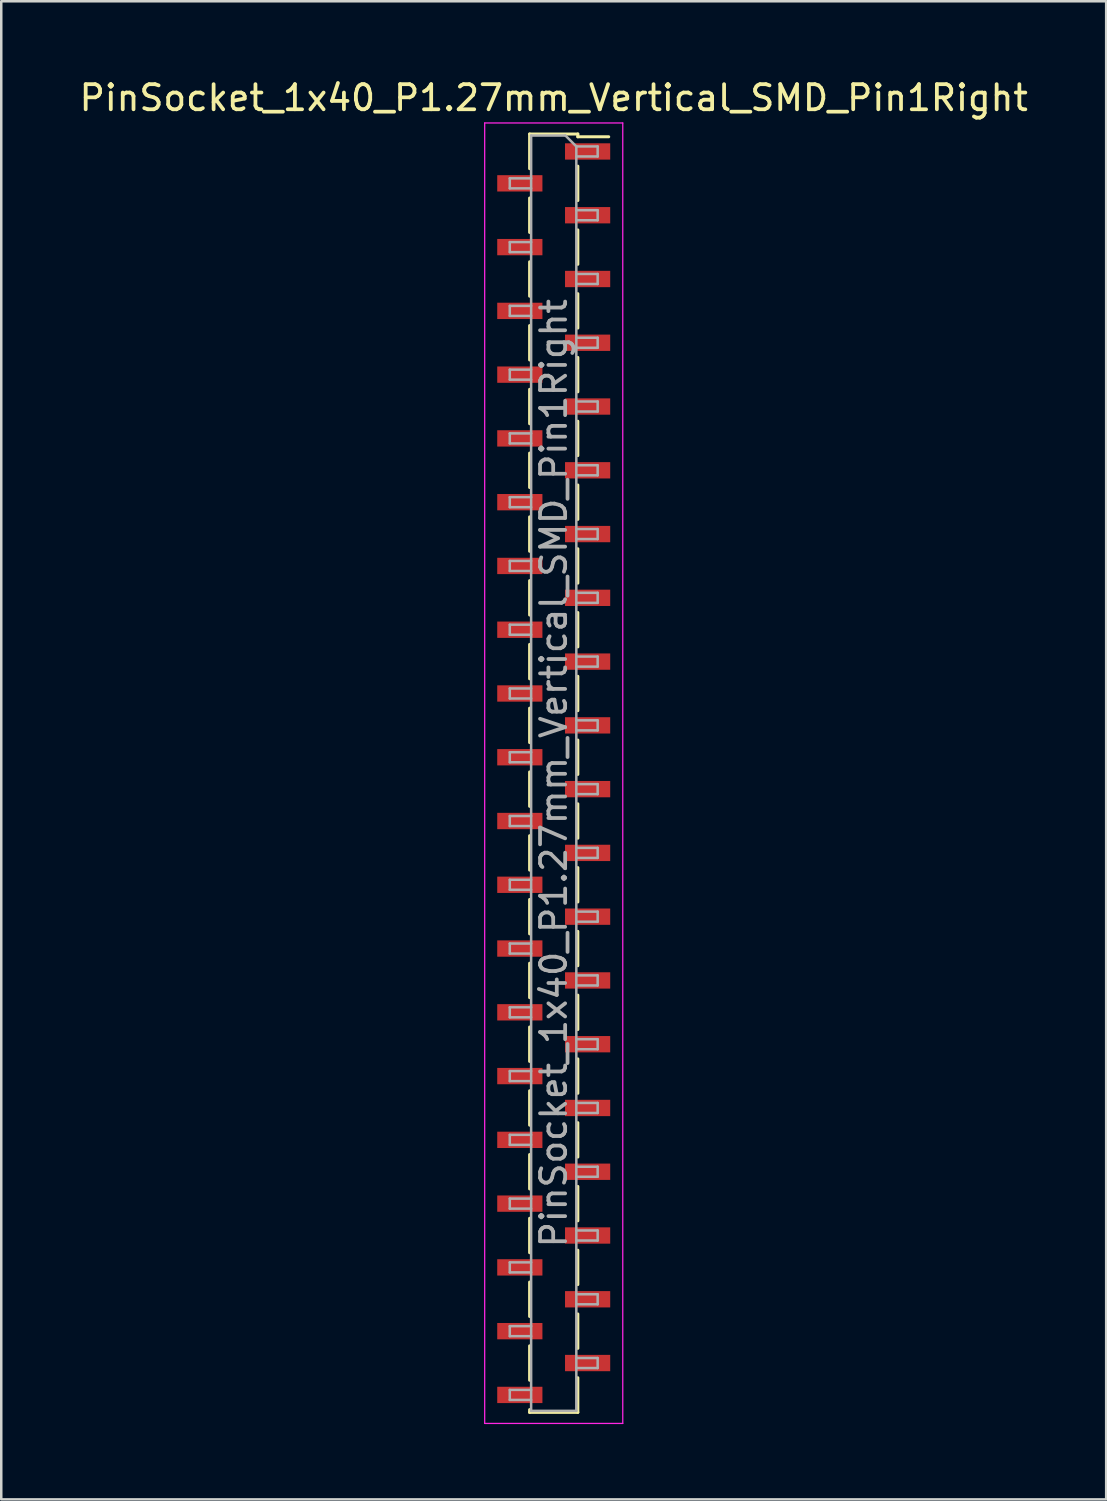
<source format=kicad_pcb>
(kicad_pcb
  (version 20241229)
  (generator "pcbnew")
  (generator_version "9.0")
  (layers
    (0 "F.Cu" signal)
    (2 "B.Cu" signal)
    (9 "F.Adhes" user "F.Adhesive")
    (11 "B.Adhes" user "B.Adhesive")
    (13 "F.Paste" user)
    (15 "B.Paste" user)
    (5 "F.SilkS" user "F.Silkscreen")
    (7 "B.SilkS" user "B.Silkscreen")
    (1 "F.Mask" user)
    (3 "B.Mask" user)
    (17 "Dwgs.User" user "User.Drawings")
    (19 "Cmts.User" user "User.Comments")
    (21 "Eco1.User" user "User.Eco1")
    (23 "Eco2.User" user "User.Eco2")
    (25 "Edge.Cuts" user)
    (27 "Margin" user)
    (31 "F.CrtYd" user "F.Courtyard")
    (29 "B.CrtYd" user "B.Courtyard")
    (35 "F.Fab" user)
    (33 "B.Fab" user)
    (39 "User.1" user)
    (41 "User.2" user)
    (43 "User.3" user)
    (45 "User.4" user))
  (footprint "PinSocket_1x40_P1.27mm_Vertical_SMD_Pin1Right"
    (layer "F.Cu")
    (at 19.006 27.748)
    (property "Reference" "PinSocket_1x40_P1.27mm_Vertical_SMD_Pin1Right" (at 0 -26.9 0) (layer "F.SilkS") (effects (font (size 1 1) (thickness 0.15))))
    (attr smd)
    (fp_line (start -0.96 -25.46) (end -0.96 -24.08) (stroke (width 0.12) (type solid)) (layer "F.SilkS"))
    (fp_line (start -0.96 -25.46) (end 0.96 -25.46) (stroke (width 0.12) (type solid)) (layer "F.SilkS"))
    (fp_line (start -0.96 -22.91) (end -0.96 -21.54) (stroke (width 0.12) (type solid)) (layer "F.SilkS"))
    (fp_line (start -0.96 -20.37) (end -0.96 -19) (stroke (width 0.12) (type solid)) (layer "F.SilkS"))
    (fp_line (start -0.96 -17.83) (end -0.96 -16.46) (stroke (width 0.12) (type solid)) (layer "F.SilkS"))
    (fp_line (start -0.96 -15.29) (end -0.96 -13.92) (stroke (width 0.12) (type solid)) (layer "F.SilkS"))
    (fp_line (start -0.96 -12.75) (end -0.96 -11.38) (stroke (width 0.12) (type solid)) (layer "F.SilkS"))
    (fp_line (start -0.96 -10.21) (end -0.96 -8.84) (stroke (width 0.12) (type solid)) (layer "F.SilkS"))
    (fp_line (start -0.96 -7.67) (end -0.96 -6.3) (stroke (width 0.12) (type solid)) (layer "F.SilkS"))
    (fp_line (start -0.96 -5.13) (end -0.96 -3.76) (stroke (width 0.12) (type solid)) (layer "F.SilkS"))
    (fp_line (start -0.96 -2.59) (end -0.96 -1.22) (stroke (width 0.12) (type solid)) (layer "F.SilkS"))
    (fp_line (start -0.96 -0.05) (end -0.96 1.32) (stroke (width 0.12) (type solid)) (layer "F.SilkS"))
    (fp_line (start -0.96 2.49) (end -0.96 3.86) (stroke (width 0.12) (type solid)) (layer "F.SilkS"))
    (fp_line (start -0.96 5.03) (end -0.96 6.4) (stroke (width 0.12) (type solid)) (layer "F.SilkS"))
    (fp_line (start -0.96 7.57) (end -0.96 8.94) (stroke (width 0.12) (type solid)) (layer "F.SilkS"))
    (fp_line (start -0.96 10.11) (end -0.96 11.48) (stroke (width 0.12) (type solid)) (layer "F.SilkS"))
    (fp_line (start -0.96 12.65) (end -0.96 14.02) (stroke (width 0.12) (type solid)) (layer "F.SilkS"))
    (fp_line (start -0.96 15.19) (end -0.96 16.56) (stroke (width 0.12) (type solid)) (layer "F.SilkS"))
    (fp_line (start -0.96 17.73) (end -0.96 19.1) (stroke (width 0.12) (type solid)) (layer "F.SilkS"))
    (fp_line (start -0.96 20.27) (end -0.96 21.64) (stroke (width 0.12) (type solid)) (layer "F.SilkS"))
    (fp_line (start -0.96 22.81) (end -0.96 24.18) (stroke (width 0.12) (type solid)) (layer "F.SilkS"))
    (fp_line (start -0.96 25.35) (end -0.96 25.46) (stroke (width 0.12) (type solid)) (layer "F.SilkS"))
    (fp_line (start -0.96 25.46) (end 0.96 25.46) (stroke (width 0.12) (type solid)) (layer "F.SilkS"))
    (fp_line (start 0.96 -25.46) (end 0.96 -25.35) (stroke (width 0.12) (type solid)) (layer "F.SilkS"))
    (fp_line (start 0.96 -25.35) (end 2.19 -25.35) (stroke (width 0.12) (type solid)) (layer "F.SilkS"))
    (fp_line (start 0.96 -24.18) (end 0.96 -22.81) (stroke (width 0.12) (type solid)) (layer "F.SilkS"))
    (fp_line (start 0.96 -21.64) (end 0.96 -20.27) (stroke (width 0.12) (type solid)) (layer "F.SilkS"))
    (fp_line (start 0.96 -19.1) (end 0.96 -17.73) (stroke (width 0.12) (type solid)) (layer "F.SilkS"))
    (fp_line (start 0.96 -16.56) (end 0.96 -15.19) (stroke (width 0.12) (type solid)) (layer "F.SilkS"))
    (fp_line (start 0.96 -14.02) (end 0.96 -12.65) (stroke (width 0.12) (type solid)) (layer "F.SilkS"))
    (fp_line (start 0.96 -11.48) (end 0.96 -10.11) (stroke (width 0.12) (type solid)) (layer "F.SilkS"))
    (fp_line (start 0.96 -8.94) (end 0.96 -7.57) (stroke (width 0.12) (type solid)) (layer "F.SilkS"))
    (fp_line (start 0.96 -6.4) (end 0.96 -5.03) (stroke (width 0.12) (type solid)) (layer "F.SilkS"))
    (fp_line (start 0.96 -3.86) (end 0.96 -2.49) (stroke (width 0.12) (type solid)) (layer "F.SilkS"))
    (fp_line (start 0.96 -1.32) (end 0.96 0.05) (stroke (width 0.12) (type solid)) (layer "F.SilkS"))
    (fp_line (start 0.96 1.22) (end 0.96 2.59) (stroke (width 0.12) (type solid)) (layer "F.SilkS"))
    (fp_line (start 0.96 3.76) (end 0.96 5.13) (stroke (width 0.12) (type solid)) (layer "F.SilkS"))
    (fp_line (start 0.96 6.3) (end 0.96 7.67) (stroke (width 0.12) (type solid)) (layer "F.SilkS"))
    (fp_line (start 0.96 8.84) (end 0.96 10.21) (stroke (width 0.12) (type solid)) (layer "F.SilkS"))
    (fp_line (start 0.96 11.38) (end 0.96 12.75) (stroke (width 0.12) (type solid)) (layer "F.SilkS"))
    (fp_line (start 0.96 13.92) (end 0.96 15.29) (stroke (width 0.12) (type solid)) (layer "F.SilkS"))
    (fp_line (start 0.96 16.46) (end 0.96 17.83) (stroke (width 0.12) (type solid)) (layer "F.SilkS"))
    (fp_line (start 0.96 19) (end 0.96 20.37) (stroke (width 0.12) (type solid)) (layer "F.SilkS"))
    (fp_line (start 0.96 21.54) (end 0.96 22.91) (stroke (width 0.12) (type solid)) (layer "F.SilkS"))
    (fp_line (start 0.96 24.08) (end 0.96 25.46) (stroke (width 0.12) (type solid)) (layer "F.SilkS"))
    (fp_line (start -2.75 -25.9) (end 2.75 -25.9) (stroke (width 0.05) (type solid)) (layer "F.CrtYd"))
    (fp_line (start -2.75 25.9) (end -2.75 -25.9) (stroke (width 0.05) (type solid)) (layer "F.CrtYd"))
    (fp_line (start 2.75 -25.9) (end 2.75 25.9) (stroke (width 0.05) (type solid)) (layer "F.CrtYd"))
    (fp_line (start 2.75 25.9) (end -2.75 25.9) (stroke (width 0.05) (type solid)) (layer "F.CrtYd"))
    (fp_line (start -1.75 -23.695) (end -0.9 -23.695) (stroke (width 0.1) (type solid)) (layer "F.Fab"))
    (fp_line (start -1.75 -23.295) (end -1.75 -23.695) (stroke (width 0.1) (type solid)) (layer "F.Fab"))
    (fp_line (start -1.75 -21.155) (end -0.9 -21.155) (stroke (width 0.1) (type solid)) (layer "F.Fab"))
    (fp_line (start -1.75 -20.755) (end -1.75 -21.155) (stroke (width 0.1) (type solid)) (layer "F.Fab"))
    (fp_line (start -1.75 -18.615) (end -0.9 -18.615) (stroke (width 0.1) (type solid)) (layer "F.Fab"))
    (fp_line (start -1.75 -18.215) (end -1.75 -18.615) (stroke (width 0.1) (type solid)) (layer "F.Fab"))
    (fp_line (start -1.75 -16.075) (end -0.9 -16.075) (stroke (width 0.1) (type solid)) (layer "F.Fab"))
    (fp_line (start -1.75 -15.675) (end -1.75 -16.075) (stroke (width 0.1) (type solid)) (layer "F.Fab"))
    (fp_line (start -1.75 -13.535) (end -0.9 -13.535) (stroke (width 0.1) (type solid)) (layer "F.Fab"))
    (fp_line (start -1.75 -13.135) (end -1.75 -13.535) (stroke (width 0.1) (type solid)) (layer "F.Fab"))
    (fp_line (start -1.75 -10.995) (end -0.9 -10.995) (stroke (width 0.1) (type solid)) (layer "F.Fab"))
    (fp_line (start -1.75 -10.595) (end -1.75 -10.995) (stroke (width 0.1) (type solid)) (layer "F.Fab"))
    (fp_line (start -1.75 -8.455) (end -0.9 -8.455) (stroke (width 0.1) (type solid)) (layer "F.Fab"))
    (fp_line (start -1.75 -8.055) (end -1.75 -8.455) (stroke (width 0.1) (type solid)) (layer "F.Fab"))
    (fp_line (start -1.75 -5.915) (end -0.9 -5.915) (stroke (width 0.1) (type solid)) (layer "F.Fab"))
    (fp_line (start -1.75 -5.515) (end -1.75 -5.915) (stroke (width 0.1) (type solid)) (layer "F.Fab"))
    (fp_line (start -1.75 -3.375) (end -0.9 -3.375) (stroke (width 0.1) (type solid)) (layer "F.Fab"))
    (fp_line (start -1.75 -2.975) (end -1.75 -3.375) (stroke (width 0.1) (type solid)) (layer "F.Fab"))
    (fp_line (start -1.75 -0.835) (end -0.9 -0.835) (stroke (width 0.1) (type solid)) (layer "F.Fab"))
    (fp_line (start -1.75 -0.435) (end -1.75 -0.835) (stroke (width 0.1) (type solid)) (layer "F.Fab"))
    (fp_line (start -1.75 1.705) (end -0.9 1.705) (stroke (width 0.1) (type solid)) (layer "F.Fab"))
    (fp_line (start -1.75 2.105) (end -1.75 1.705) (stroke (width 0.1) (type solid)) (layer "F.Fab"))
    (fp_line (start -1.75 4.245) (end -0.9 4.245) (stroke (width 0.1) (type solid)) (layer "F.Fab"))
    (fp_line (start -1.75 4.645) (end -1.75 4.245) (stroke (width 0.1) (type solid)) (layer "F.Fab"))
    (fp_line (start -1.75 6.785) (end -0.9 6.785) (stroke (width 0.1) (type solid)) (layer "F.Fab"))
    (fp_line (start -1.75 7.185) (end -1.75 6.785) (stroke (width 0.1) (type solid)) (layer "F.Fab"))
    (fp_line (start -1.75 9.325) (end -0.9 9.325) (stroke (width 0.1) (type solid)) (layer "F.Fab"))
    (fp_line (start -1.75 9.725) (end -1.75 9.325) (stroke (width 0.1) (type solid)) (layer "F.Fab"))
    (fp_line (start -1.75 11.865) (end -0.9 11.865) (stroke (width 0.1) (type solid)) (layer "F.Fab"))
    (fp_line (start -1.75 12.265) (end -1.75 11.865) (stroke (width 0.1) (type solid)) (layer "F.Fab"))
    (fp_line (start -1.75 14.405) (end -0.9 14.405) (stroke (width 0.1) (type solid)) (layer "F.Fab"))
    (fp_line (start -1.75 14.805) (end -1.75 14.405) (stroke (width 0.1) (type solid)) (layer "F.Fab"))
    (fp_line (start -1.75 16.945) (end -0.9 16.945) (stroke (width 0.1) (type solid)) (layer "F.Fab"))
    (fp_line (start -1.75 17.345) (end -1.75 16.945) (stroke (width 0.1) (type solid)) (layer "F.Fab"))
    (fp_line (start -1.75 19.485) (end -0.9 19.485) (stroke (width 0.1) (type solid)) (layer "F.Fab"))
    (fp_line (start -1.75 19.885) (end -1.75 19.485) (stroke (width 0.1) (type solid)) (layer "F.Fab"))
    (fp_line (start -1.75 22.025) (end -0.9 22.025) (stroke (width 0.1) (type solid)) (layer "F.Fab"))
    (fp_line (start -1.75 22.425) (end -1.75 22.025) (stroke (width 0.1) (type solid)) (layer "F.Fab"))
    (fp_line (start -1.75 24.565) (end -0.9 24.565) (stroke (width 0.1) (type solid)) (layer "F.Fab"))
    (fp_line (start -1.75 24.965) (end -1.75 24.565) (stroke (width 0.1) (type solid)) (layer "F.Fab"))
    (fp_line (start -0.9 -25.4) (end 0.465 -25.4) (stroke (width 0.1) (type solid)) (layer "F.Fab"))
    (fp_line (start -0.9 -23.295) (end -1.75 -23.295) (stroke (width 0.1) (type solid)) (layer "F.Fab"))
    (fp_line (start -0.9 -20.755) (end -1.75 -20.755) (stroke (width 0.1) (type solid)) (layer "F.Fab"))
    (fp_line (start -0.9 -18.215) (end -1.75 -18.215) (stroke (width 0.1) (type solid)) (layer "F.Fab"))
    (fp_line (start -0.9 -15.675) (end -1.75 -15.675) (stroke (width 0.1) (type solid)) (layer "F.Fab"))
    (fp_line (start -0.9 -13.135) (end -1.75 -13.135) (stroke (width 0.1) (type solid)) (layer "F.Fab"))
    (fp_line (start -0.9 -10.595) (end -1.75 -10.595) (stroke (width 0.1) (type solid)) (layer "F.Fab"))
    (fp_line (start -0.9 -8.055) (end -1.75 -8.055) (stroke (width 0.1) (type solid)) (layer "F.Fab"))
    (fp_line (start -0.9 -5.515) (end -1.75 -5.515) (stroke (width 0.1) (type solid)) (layer "F.Fab"))
    (fp_line (start -0.9 -2.975) (end -1.75 -2.975) (stroke (width 0.1) (type solid)) (layer "F.Fab"))
    (fp_line (start -0.9 -0.435) (end -1.75 -0.435) (stroke (width 0.1) (type solid)) (layer "F.Fab"))
    (fp_line (start -0.9 2.105) (end -1.75 2.105) (stroke (width 0.1) (type solid)) (layer "F.Fab"))
    (fp_line (start -0.9 4.645) (end -1.75 4.645) (stroke (width 0.1) (type solid)) (layer "F.Fab"))
    (fp_line (start -0.9 7.185) (end -1.75 7.185) (stroke (width 0.1) (type solid)) (layer "F.Fab"))
    (fp_line (start -0.9 9.725) (end -1.75 9.725) (stroke (width 0.1) (type solid)) (layer "F.Fab"))
    (fp_line (start -0.9 12.265) (end -1.75 12.265) (stroke (width 0.1) (type solid)) (layer "F.Fab"))
    (fp_line (start -0.9 14.805) (end -1.75 14.805) (stroke (width 0.1) (type solid)) (layer "F.Fab"))
    (fp_line (start -0.9 17.345) (end -1.75 17.345) (stroke (width 0.1) (type solid)) (layer "F.Fab"))
    (fp_line (start -0.9 19.885) (end -1.75 19.885) (stroke (width 0.1) (type solid)) (layer "F.Fab"))
    (fp_line (start -0.9 22.425) (end -1.75 22.425) (stroke (width 0.1) (type solid)) (layer "F.Fab"))
    (fp_line (start -0.9 24.965) (end -1.75 24.965) (stroke (width 0.1) (type solid)) (layer "F.Fab"))
    (fp_line (start -0.9 25.4) (end -0.9 -25.4) (stroke (width 0.1) (type solid)) (layer "F.Fab"))
    (fp_line (start 0.465 -25.4) (end 0.9 -24.965) (stroke (width 0.1) (type solid)) (layer "F.Fab"))
    (fp_line (start 0.9 -24.965) (end 0.9 25.4) (stroke (width 0.1) (type solid)) (layer "F.Fab"))
    (fp_line (start 0.9 -24.965) (end 1.75 -24.965) (stroke (width 0.1) (type solid)) (layer "F.Fab"))
    (fp_line (start 0.9 -22.425) (end 1.75 -22.425) (stroke (width 0.1) (type solid)) (layer "F.Fab"))
    (fp_line (start 0.9 -19.885) (end 1.75 -19.885) (stroke (width 0.1) (type solid)) (layer "F.Fab"))
    (fp_line (start 0.9 -17.345) (end 1.75 -17.345) (stroke (width 0.1) (type solid)) (layer "F.Fab"))
    (fp_line (start 0.9 -14.805) (end 1.75 -14.805) (stroke (width 0.1) (type solid)) (layer "F.Fab"))
    (fp_line (start 0.9 -12.265) (end 1.75 -12.265) (stroke (width 0.1) (type solid)) (layer "F.Fab"))
    (fp_line (start 0.9 -9.725) (end 1.75 -9.725) (stroke (width 0.1) (type solid)) (layer "F.Fab"))
    (fp_line (start 0.9 -7.185) (end 1.75 -7.185) (stroke (width 0.1) (type solid)) (layer "F.Fab"))
    (fp_line (start 0.9 -4.645) (end 1.75 -4.645) (stroke (width 0.1) (type solid)) (layer "F.Fab"))
    (fp_line (start 0.9 -2.105) (end 1.75 -2.105) (stroke (width 0.1) (type solid)) (layer "F.Fab"))
    (fp_line (start 0.9 0.435) (end 1.75 0.435) (stroke (width 0.1) (type solid)) (layer "F.Fab"))
    (fp_line (start 0.9 2.975) (end 1.75 2.975) (stroke (width 0.1) (type solid)) (layer "F.Fab"))
    (fp_line (start 0.9 5.515) (end 1.75 5.515) (stroke (width 0.1) (type solid)) (layer "F.Fab"))
    (fp_line (start 0.9 8.055) (end 1.75 8.055) (stroke (width 0.1) (type solid)) (layer "F.Fab"))
    (fp_line (start 0.9 10.595) (end 1.75 10.595) (stroke (width 0.1) (type solid)) (layer "F.Fab"))
    (fp_line (start 0.9 13.135) (end 1.75 13.135) (stroke (width 0.1) (type solid)) (layer "F.Fab"))
    (fp_line (start 0.9 15.675) (end 1.75 15.675) (stroke (width 0.1) (type solid)) (layer "F.Fab"))
    (fp_line (start 0.9 18.215) (end 1.75 18.215) (stroke (width 0.1) (type solid)) (layer "F.Fab"))
    (fp_line (start 0.9 20.755) (end 1.75 20.755) (stroke (width 0.1) (type solid)) (layer "F.Fab"))
    (fp_line (start 0.9 23.295) (end 1.75 23.295) (stroke (width 0.1) (type solid)) (layer "F.Fab"))
    (fp_line (start 0.9 25.4) (end -0.9 25.4) (stroke (width 0.1) (type solid)) (layer "F.Fab"))
    (fp_line (start 1.75 -24.965) (end 1.75 -24.565) (stroke (width 0.1) (type solid)) (layer "F.Fab"))
    (fp_line (start 1.75 -24.565) (end 0.9 -24.565) (stroke (width 0.1) (type solid)) (layer "F.Fab"))
    (fp_line (start 1.75 -22.425) (end 1.75 -22.025) (stroke (width 0.1) (type solid)) (layer "F.Fab"))
    (fp_line (start 1.75 -22.025) (end 0.9 -22.025) (stroke (width 0.1) (type solid)) (layer "F.Fab"))
    (fp_line (start 1.75 -19.885) (end 1.75 -19.485) (stroke (width 0.1) (type solid)) (layer "F.Fab"))
    (fp_line (start 1.75 -19.485) (end 0.9 -19.485) (stroke (width 0.1) (type solid)) (layer "F.Fab"))
    (fp_line (start 1.75 -17.345) (end 1.75 -16.945) (stroke (width 0.1) (type solid)) (layer "F.Fab"))
    (fp_line (start 1.75 -16.945) (end 0.9 -16.945) (stroke (width 0.1) (type solid)) (layer "F.Fab"))
    (fp_line (start 1.75 -14.805) (end 1.75 -14.405) (stroke (width 0.1) (type solid)) (layer "F.Fab"))
    (fp_line (start 1.75 -14.405) (end 0.9 -14.405) (stroke (width 0.1) (type solid)) (layer "F.Fab"))
    (fp_line (start 1.75 -12.265) (end 1.75 -11.865) (stroke (width 0.1) (type solid)) (layer "F.Fab"))
    (fp_line (start 1.75 -11.865) (end 0.9 -11.865) (stroke (width 0.1) (type solid)) (layer "F.Fab"))
    (fp_line (start 1.75 -9.725) (end 1.75 -9.325) (stroke (width 0.1) (type solid)) (layer "F.Fab"))
    (fp_line (start 1.75 -9.325) (end 0.9 -9.325) (stroke (width 0.1) (type solid)) (layer "F.Fab"))
    (fp_line (start 1.75 -7.185) (end 1.75 -6.785) (stroke (width 0.1) (type solid)) (layer "F.Fab"))
    (fp_line (start 1.75 -6.785) (end 0.9 -6.785) (stroke (width 0.1) (type solid)) (layer "F.Fab"))
    (fp_line (start 1.75 -4.645) (end 1.75 -4.245) (stroke (width 0.1) (type solid)) (layer "F.Fab"))
    (fp_line (start 1.75 -4.245) (end 0.9 -4.245) (stroke (width 0.1) (type solid)) (layer "F.Fab"))
    (fp_line (start 1.75 -2.105) (end 1.75 -1.705) (stroke (width 0.1) (type solid)) (layer "F.Fab"))
    (fp_line (start 1.75 -1.705) (end 0.9 -1.705) (stroke (width 0.1) (type solid)) (layer "F.Fab"))
    (fp_line (start 1.75 0.435) (end 1.75 0.835) (stroke (width 0.1) (type solid)) (layer "F.Fab"))
    (fp_line (start 1.75 0.835) (end 0.9 0.835) (stroke (width 0.1) (type solid)) (layer "F.Fab"))
    (fp_line (start 1.75 2.975) (end 1.75 3.375) (stroke (width 0.1) (type solid)) (layer "F.Fab"))
    (fp_line (start 1.75 3.375) (end 0.9 3.375) (stroke (width 0.1) (type solid)) (layer "F.Fab"))
    (fp_line (start 1.75 5.515) (end 1.75 5.915) (stroke (width 0.1) (type solid)) (layer "F.Fab"))
    (fp_line (start 1.75 5.915) (end 0.9 5.915) (stroke (width 0.1) (type solid)) (layer "F.Fab"))
    (fp_line (start 1.75 8.055) (end 1.75 8.455) (stroke (width 0.1) (type solid)) (layer "F.Fab"))
    (fp_line (start 1.75 8.455) (end 0.9 8.455) (stroke (width 0.1) (type solid)) (layer "F.Fab"))
    (fp_line (start 1.75 10.595) (end 1.75 10.995) (stroke (width 0.1) (type solid)) (layer "F.Fab"))
    (fp_line (start 1.75 10.995) (end 0.9 10.995) (stroke (width 0.1) (type solid)) (layer "F.Fab"))
    (fp_line (start 1.75 13.135) (end 1.75 13.535) (stroke (width 0.1) (type solid)) (layer "F.Fab"))
    (fp_line (start 1.75 13.535) (end 0.9 13.535) (stroke (width 0.1) (type solid)) (layer "F.Fab"))
    (fp_line (start 1.75 15.675) (end 1.75 16.075) (stroke (width 0.1) (type solid)) (layer "F.Fab"))
    (fp_line (start 1.75 16.075) (end 0.9 16.075) (stroke (width 0.1) (type solid)) (layer "F.Fab"))
    (fp_line (start 1.75 18.215) (end 1.75 18.615) (stroke (width 0.1) (type solid)) (layer "F.Fab"))
    (fp_line (start 1.75 18.615) (end 0.9 18.615) (stroke (width 0.1) (type solid)) (layer "F.Fab"))
    (fp_line (start 1.75 20.755) (end 1.75 21.155) (stroke (width 0.1) (type solid)) (layer "F.Fab"))
    (fp_line (start 1.75 21.155) (end 0.9 21.155) (stroke (width 0.1) (type solid)) (layer "F.Fab"))
    (fp_line (start 1.75 23.295) (end 1.75 23.695) (stroke (width 0.1) (type solid)) (layer "F.Fab"))
    (fp_line (start 1.75 23.695) (end 0.9 23.695) (stroke (width 0.1) (type solid)) (layer "F.Fab"))
    (fp_text user "${REFERENCE}" (at 0 0 90) (layer "F.Fab") (effects (font (size 1 1) (thickness 0.15))))
    (pad "1" smd rect (at 1.35 -24.765) (size 1.8 0.65) (layers "F.Cu" "F.Mask" "F.Paste"))
    (pad "2" smd rect (at -1.35 -23.495) (size 1.8 0.65) (layers "F.Cu" "F.Mask" "F.Paste"))
    (pad "3" smd rect (at 1.35 -22.225) (size 1.8 0.65) (layers "F.Cu" "F.Mask" "F.Paste"))
    (pad "4" smd rect (at -1.35 -20.955) (size 1.8 0.65) (layers "F.Cu" "F.Mask" "F.Paste"))
    (pad "5" smd rect (at 1.35 -19.685) (size 1.8 0.65) (layers "F.Cu" "F.Mask" "F.Paste"))
    (pad "6" smd rect (at -1.35 -18.415) (size 1.8 0.65) (layers "F.Cu" "F.Mask" "F.Paste"))
    (pad "7" smd rect (at 1.35 -17.145) (size 1.8 0.65) (layers "F.Cu" "F.Mask" "F.Paste"))
    (pad "8" smd rect (at -1.35 -15.875) (size 1.8 0.65) (layers "F.Cu" "F.Mask" "F.Paste"))
    (pad "9" smd rect (at 1.35 -14.605) (size 1.8 0.65) (layers "F.Cu" "F.Mask" "F.Paste"))
    (pad "10" smd rect (at -1.35 -13.335) (size 1.8 0.65) (layers "F.Cu" "F.Mask" "F.Paste"))
    (pad "11" smd rect (at 1.35 -12.065) (size 1.8 0.65) (layers "F.Cu" "F.Mask" "F.Paste"))
    (pad "12" smd rect (at -1.35 -10.795) (size 1.8 0.65) (layers "F.Cu" "F.Mask" "F.Paste"))
    (pad "13" smd rect (at 1.35 -9.525) (size 1.8 0.65) (layers "F.Cu" "F.Mask" "F.Paste"))
    (pad "14" smd rect (at -1.35 -8.255) (size 1.8 0.65) (layers "F.Cu" "F.Mask" "F.Paste"))
    (pad "15" smd rect (at 1.35 -6.985) (size 1.8 0.65) (layers "F.Cu" "F.Mask" "F.Paste"))
    (pad "16" smd rect (at -1.35 -5.715) (size 1.8 0.65) (layers "F.Cu" "F.Mask" "F.Paste"))
    (pad "17" smd rect (at 1.35 -4.445) (size 1.8 0.65) (layers "F.Cu" "F.Mask" "F.Paste"))
    (pad "18" smd rect (at -1.35 -3.175) (size 1.8 0.65) (layers "F.Cu" "F.Mask" "F.Paste"))
    (pad "19" smd rect (at 1.35 -1.905) (size 1.8 0.65) (layers "F.Cu" "F.Mask" "F.Paste"))
    (pad "20" smd rect (at -1.35 -0.635) (size 1.8 0.65) (layers "F.Cu" "F.Mask" "F.Paste"))
    (pad "21" smd rect (at 1.35 0.635) (size 1.8 0.65) (layers "F.Cu" "F.Mask" "F.Paste"))
    (pad "22" smd rect (at -1.35 1.905) (size 1.8 0.65) (layers "F.Cu" "F.Mask" "F.Paste"))
    (pad "23" smd rect (at 1.35 3.175) (size 1.8 0.65) (layers "F.Cu" "F.Mask" "F.Paste"))
    (pad "24" smd rect (at -1.35 4.445) (size 1.8 0.65) (layers "F.Cu" "F.Mask" "F.Paste"))
    (pad "25" smd rect (at 1.35 5.715) (size 1.8 0.65) (layers "F.Cu" "F.Mask" "F.Paste"))
    (pad "26" smd rect (at -1.35 6.985) (size 1.8 0.65) (layers "F.Cu" "F.Mask" "F.Paste"))
    (pad "27" smd rect (at 1.35 8.255) (size 1.8 0.65) (layers "F.Cu" "F.Mask" "F.Paste"))
    (pad "28" smd rect (at -1.35 9.525) (size 1.8 0.65) (layers "F.Cu" "F.Mask" "F.Paste"))
    (pad "29" smd rect (at 1.35 10.795) (size 1.8 0.65) (layers "F.Cu" "F.Mask" "F.Paste"))
    (pad "30" smd rect (at -1.35 12.065) (size 1.8 0.65) (layers "F.Cu" "F.Mask" "F.Paste"))
    (pad "31" smd rect (at 1.35 13.335) (size 1.8 0.65) (layers "F.Cu" "F.Mask" "F.Paste"))
    (pad "32" smd rect (at -1.35 14.605) (size 1.8 0.65) (layers "F.Cu" "F.Mask" "F.Paste"))
    (pad "33" smd rect (at 1.35 15.875) (size 1.8 0.65) (layers "F.Cu" "F.Mask" "F.Paste"))
    (pad "34" smd rect (at -1.35 17.145) (size 1.8 0.65) (layers "F.Cu" "F.Mask" "F.Paste"))
    (pad "35" smd rect (at 1.35 18.415) (size 1.8 0.65) (layers "F.Cu" "F.Mask" "F.Paste"))
    (pad "36" smd rect (at -1.35 19.685) (size 1.8 0.65) (layers "F.Cu" "F.Mask" "F.Paste"))
    (pad "37" smd rect (at 1.35 20.955) (size 1.8 0.65) (layers "F.Cu" "F.Mask" "F.Paste"))
    (pad "38" smd rect (at -1.35 22.225) (size 1.8 0.65) (layers "F.Cu" "F.Mask" "F.Paste"))
    (pad "39" smd rect (at 1.35 23.495) (size 1.8 0.65) (layers "F.Cu" "F.Mask" "F.Paste"))
    (pad "40" smd rect (at -1.35 24.765) (size 1.8 0.65) (layers "F.Cu" "F.Mask" "F.Paste")))
  (gr_rect
    (start -3 -3)
    (end 41.012 56.673)
    (stroke (width 0.1) (type default))
    (fill no)
    (layer "Edge.Cuts")))
</source>
